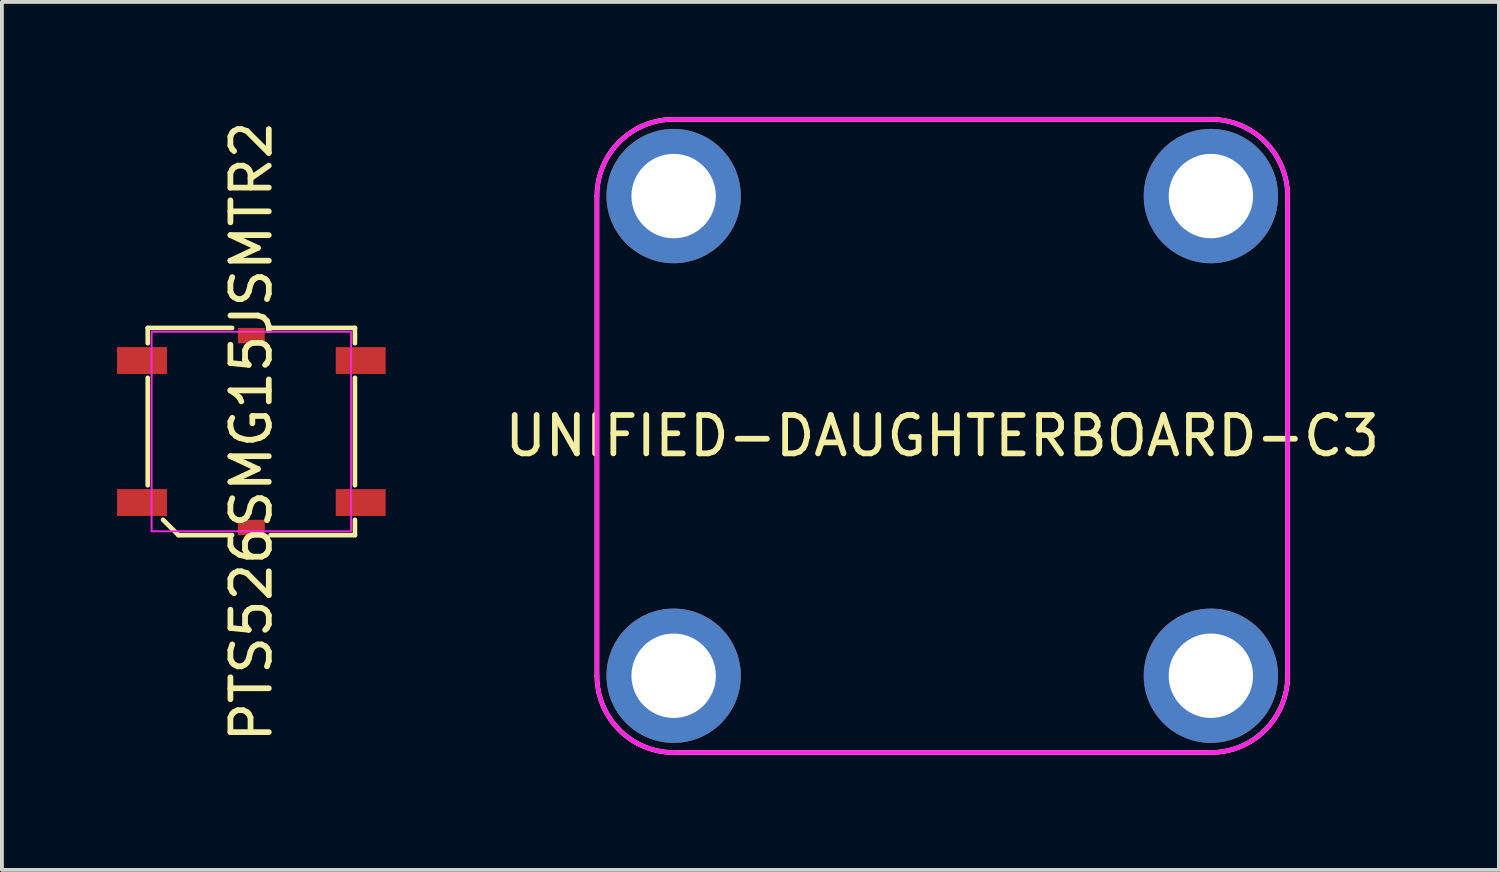
<source format=kicad_pcb>
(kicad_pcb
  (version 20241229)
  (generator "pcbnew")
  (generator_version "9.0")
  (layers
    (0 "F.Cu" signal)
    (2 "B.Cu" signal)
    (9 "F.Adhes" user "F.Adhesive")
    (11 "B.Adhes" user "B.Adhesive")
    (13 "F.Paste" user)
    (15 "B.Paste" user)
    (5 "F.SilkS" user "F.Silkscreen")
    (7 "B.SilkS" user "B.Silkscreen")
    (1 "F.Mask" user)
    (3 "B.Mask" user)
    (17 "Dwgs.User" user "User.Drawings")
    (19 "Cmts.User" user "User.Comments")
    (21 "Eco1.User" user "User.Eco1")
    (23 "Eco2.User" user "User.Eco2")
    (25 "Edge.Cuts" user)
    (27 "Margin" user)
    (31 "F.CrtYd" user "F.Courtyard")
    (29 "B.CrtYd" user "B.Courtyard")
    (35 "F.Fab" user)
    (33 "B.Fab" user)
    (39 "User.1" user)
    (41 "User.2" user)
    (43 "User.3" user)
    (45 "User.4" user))
  (footprint "UNIFIED-DAUGHTERBOARD-C3"
    (layer "F.Cu")
    (at 21.506 8.31)
    (property "Reference" "UNIFIED-DAUGHTERBOARD-C3" (at 0 0 0) (unlocked yes) (layer "F.SilkS") (effects (font (size 1 1) (thickness 0.15))))
    (fp_line (start -9 -6.25) (end -9 6.25) (stroke (width 0.12) (type solid)) (layer "F.SilkS"))
    (fp_line (start -7 -8.25) (end 7 -8.25) (stroke (width 0.12) (type solid)) (layer "F.SilkS"))
    (fp_line (start -7 8.25) (end 7 8.25) (stroke (width 0.12) (type solid)) (layer "F.SilkS"))
    (fp_line (start 9 -6.25) (end 9 6.25) (stroke (width 0.12) (type solid)) (layer "F.SilkS"))
    (fp_arc (start -9 -6.25) (mid -8.414214 -7.664214) (end -7 -8.25) (stroke (width 0.12) (type solid)) (layer "F.SilkS"))
    (fp_arc (start -7 8.25) (mid -8.414214 7.664214) (end -9 6.25) (stroke (width 0.12) (type solid)) (layer "F.SilkS"))
    (fp_arc (start 7 -8.25) (mid 8.414214 -7.664214) (end 9 -6.25) (stroke (width 0.12) (type solid)) (layer "F.SilkS"))
    (fp_arc (start 9 6.25) (mid 8.414214 7.664214) (end 7 8.25) (stroke (width 0.12) (type solid)) (layer "F.SilkS"))
    (fp_line (start -9 -6.25) (end -9 6.25) (stroke (width 0.12) (type solid)) (layer "F.CrtYd"))
    (fp_line (start -7 -8.25) (end 7 -8.25) (stroke (width 0.12) (type solid)) (layer "F.CrtYd"))
    (fp_line (start -7 8.25) (end 7 8.25) (stroke (width 0.12) (type solid)) (layer "F.CrtYd"))
    (fp_line (start 9 -6.25) (end 9 6.25) (stroke (width 0.12) (type solid)) (layer "F.CrtYd"))
    (fp_arc (start -9 -6.25) (mid -8.414214 -7.664214) (end -7 -8.25) (stroke (width 0.12) (type solid)) (layer "F.CrtYd"))
    (fp_arc (start -7 8.25) (mid -8.414214 7.664214) (end -9 6.25) (stroke (width 0.12) (type solid)) (layer "F.CrtYd"))
    (fp_arc (start 7 -8.25) (mid 8.414214 -7.664214) (end 9 -6.25) (stroke (width 0.12) (type solid)) (layer "F.CrtYd"))
    (fp_arc (start 9 6.25) (mid 8.414214 7.664214) (end 7 8.25) (stroke (width 0.12) (type solid)) (layer "F.CrtYd"))
    (pad "1" thru_hole circle (at -7 -6.25) (size 3.5 3.5) (drill 2.2) (layers "*.Cu" "*.Mask"))
    (pad "1" thru_hole circle (at -7 6.25) (size 3.5 3.5) (drill 2.2) (layers "*.Cu" "*.Mask"))
    (pad "1" thru_hole circle (at 7 -6.25) (size 3.5 3.5) (drill 2.2) (layers "*.Cu" "*.Mask"))
    (pad "1" thru_hole circle (at 7 6.25) (size 3.5 3.5) (drill 2.2) (layers "*.Cu" "*.Mask")))
  (footprint "PTS526SMG15JSMTR2"
    (layer "F.Cu")
    (at 3.5 8.196)
    (property "Reference" "PTS526SMG15JSMTR2" (at 0 0 90) (layer "F.SilkS") (effects (font (size 1 1) (thickness 0.15))))
    (attr through_hole)
    (fp_line (start -2.7 -2.7) (end -0.5 -2.7) (stroke (width 0.12) (type solid)) (layer "F.SilkS"))
    (fp_line (start -2.7 -2.3) (end -2.7 -2.7) (stroke (width 0.12) (type solid)) (layer "F.SilkS"))
    (fp_line (start -2.7 1.4) (end -2.7 -1.4) (stroke (width 0.12) (type solid)) (layer "F.SilkS"))
    (fp_line (start -1.9 2.7) (end -2.3 2.3) (stroke (width 0.12) (type solid)) (layer "F.SilkS"))
    (fp_line (start -0.5 2.7) (end -1.9 2.7) (stroke (width 0.12) (type solid)) (layer "F.SilkS"))
    (fp_line (start 0.5 -2.7) (end 2.7 -2.7) (stroke (width 0.12) (type solid)) (layer "F.SilkS"))
    (fp_line (start 2.7 -2.7) (end 2.7 -2.3) (stroke (width 0.12) (type solid)) (layer "F.SilkS"))
    (fp_line (start 2.7 -1.4) (end 2.7 1.4) (stroke (width 0.12) (type solid)) (layer "F.SilkS"))
    (fp_line (start 2.7 2.3) (end 2.7 2.7) (stroke (width 0.12) (type solid)) (layer "F.SilkS"))
    (fp_line (start 2.7 2.7) (end 0.5 2.7) (stroke (width 0.12) (type solid)) (layer "F.SilkS"))
    (fp_rect (start -2.6 -2.6) (end 2.6 2.6) (stroke (width 0.05) (type solid)) (fill no) (layer "F.CrtYd"))
    (pad "1" smd rect (at -2.85 -1.85) (size 1.3 0.7) (layers "F.Cu" "F.Mask" "F.Paste"))
    (pad "1" smd rect (at 2.85 -1.85) (size 1.3 0.7) (layers "F.Cu" "F.Mask" "F.Paste"))
    (pad "2" smd rect (at -2.85 1.85) (size 1.3 0.7) (layers "F.Cu" "F.Mask" "F.Paste"))
    (pad "2" smd rect (at 2.85 1.85) (size 1.3 0.7) (layers "F.Cu" "F.Mask" "F.Paste"))
    (pad "MP" smd rect (at 0 -2.5) (size 0.7 0.4) (layers "F.Cu" "F.Mask" "F.Paste"))
    (pad "MP" smd rect (at 0 2.5) (size 0.7 0.4) (layers "F.Cu" "F.Mask" "F.Paste")))
  (gr_rect
    (start -3 -3)
    (end 36.012 19.62)
    (stroke (width 0.1) (type default))
    (fill no)
    (layer "Edge.Cuts")))
</source>
